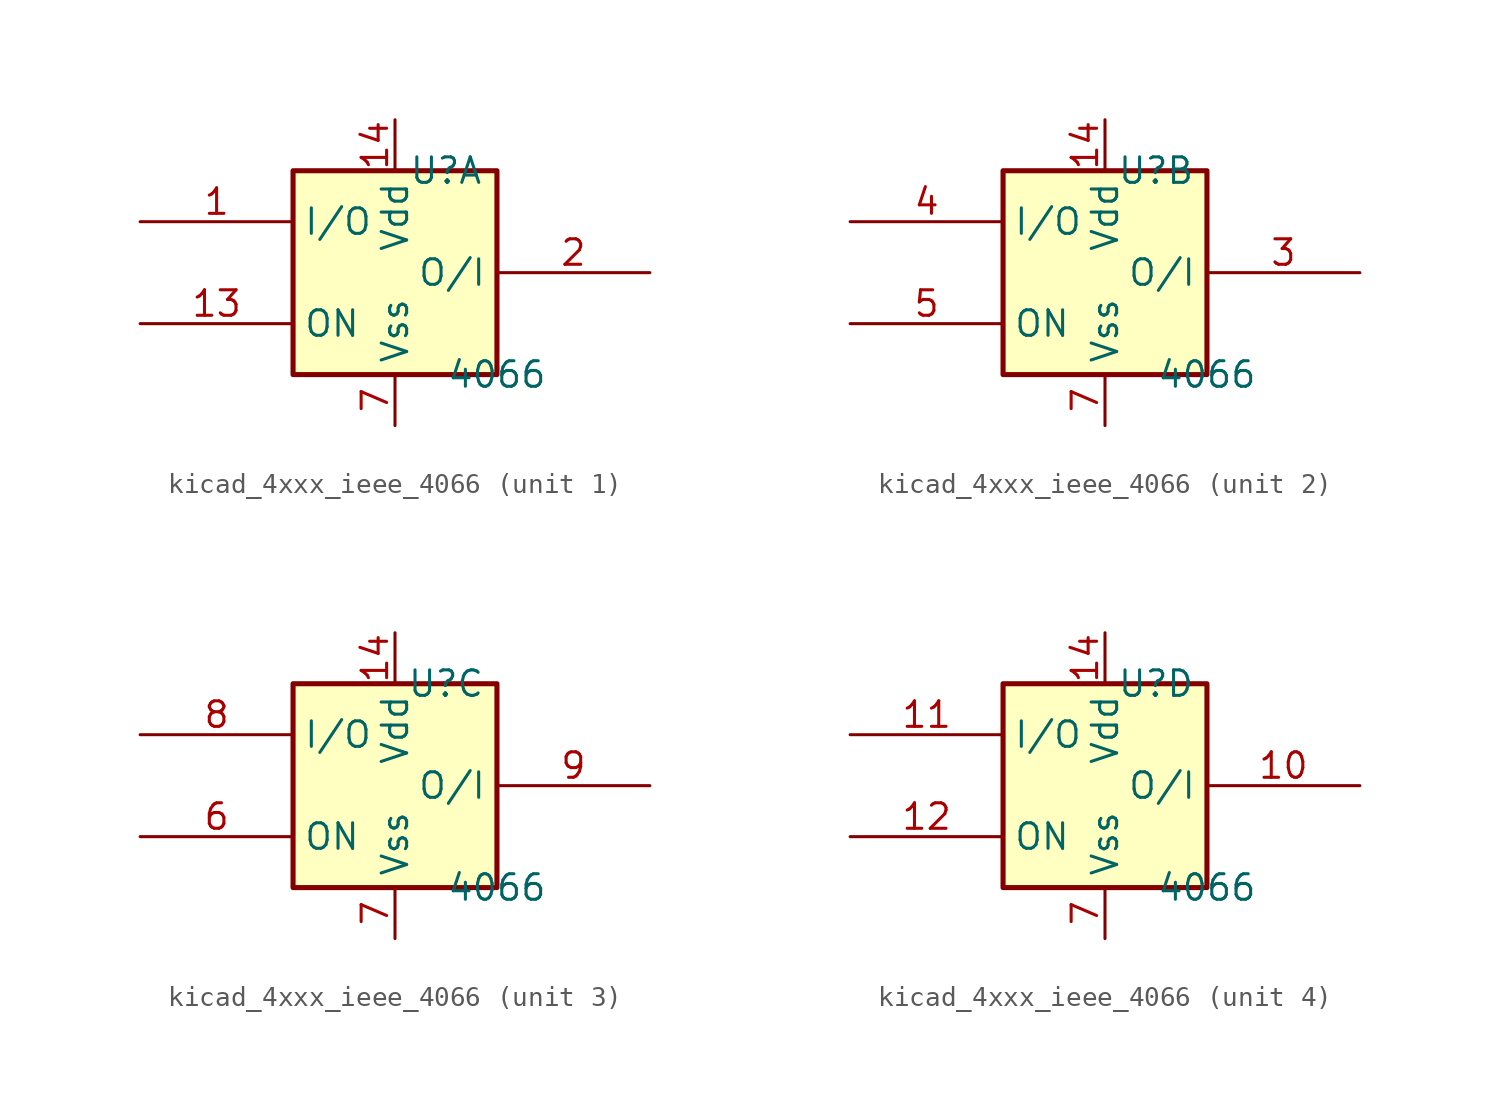
<source format=kicad_sym>
(kicad_symbol_lib
  (version 20220914)
  (generator kicad_symbol_editor)
  (symbol "kicad_4xxx_ieee_4066"
    (property "Reference" "U"
      (at 2.54 5.08 0)
      (effects (font (size 1.27 1.27))))
    (property "Value" "4066"
      (at 5.08 -5.08 0)
      (effects (font (size 1.27 1.27))))
    (symbol "kicad_4xxx_ieee_4066_0_1"
      (rectangle (start -5.08 5.08) (end 5.08 -5.08) (stroke (width 0.254) (type default)) (fill (type background)))
      (pin power_in line (at 0 7.62 270) (length 2.54) (name "Vdd" (effects (font (size 1.27 1.27)))) (number "14" (effects (font (size 1.27 1.27)))))
      (pin power_in line (at 0 -7.62 90) (length 2.54) (name "Vss" (effects (font (size 1.27 1.27)))) (number "7" (effects (font (size 1.27 1.27))))))
    (symbol "kicad_4xxx_ieee_4066_1_1"
      (pin passive line (at -12.7 2.54 0) (length 7.62) (name "I/O" (effects (font (size 1.27 1.27)))) (number "1" (effects (font (size 1.27 1.27)))))
      (pin input line (at -12.7 -2.54 0) (length 7.62) (name "ON" (effects (font (size 1.27 1.27)))) (number "13" (effects (font (size 1.27 1.27)))))
      (pin passive line (at 12.7 0 180) (length 7.62) (name "O/I" (effects (font (size 1.27 1.27)))) (number "2" (effects (font (size 1.27 1.27))))))
    (symbol "kicad_4xxx_ieee_4066_2_1"
      (pin passive line (at 12.7 0 180) (length 7.62) (name "O/I" (effects (font (size 1.27 1.27)))) (number "3" (effects (font (size 1.27 1.27)))))
      (pin passive line (at -12.7 2.54 0) (length 7.62) (name "I/O" (effects (font (size 1.27 1.27)))) (number "4" (effects (font (size 1.27 1.27)))))
      (pin input line (at -12.7 -2.54 0) (length 7.62) (name "ON" (effects (font (size 1.27 1.27)))) (number "5" (effects (font (size 1.27 1.27))))))
    (symbol "kicad_4xxx_ieee_4066_3_1"
      (pin input line (at -12.7 -2.54 0) (length 7.62) (name "ON" (effects (font (size 1.27 1.27)))) (number "6" (effects (font (size 1.27 1.27)))))
      (pin passive line (at -12.7 2.54 0) (length 7.62) (name "I/O" (effects (font (size 1.27 1.27)))) (number "8" (effects (font (size 1.27 1.27)))))
      (pin passive line (at 12.7 0 180) (length 7.62) (name "O/I" (effects (font (size 1.27 1.27)))) (number "9" (effects (font (size 1.27 1.27))))))
    (symbol "kicad_4xxx_ieee_4066_4_1"
      (pin passive line (at 12.7 0 180) (length 7.62) (name "O/I" (effects (font (size 1.27 1.27)))) (number "10" (effects (font (size 1.27 1.27)))))
      (pin passive line (at -12.7 2.54 0) (length 7.62) (name "I/O" (effects (font (size 1.27 1.27)))) (number "11" (effects (font (size 1.27 1.27)))))
      (pin input line (at -12.7 -2.54 0) (length 7.62) (name "ON" (effects (font (size 1.27 1.27)))) (number "12" (effects (font (size 1.27 1.27))))))))
</source>
